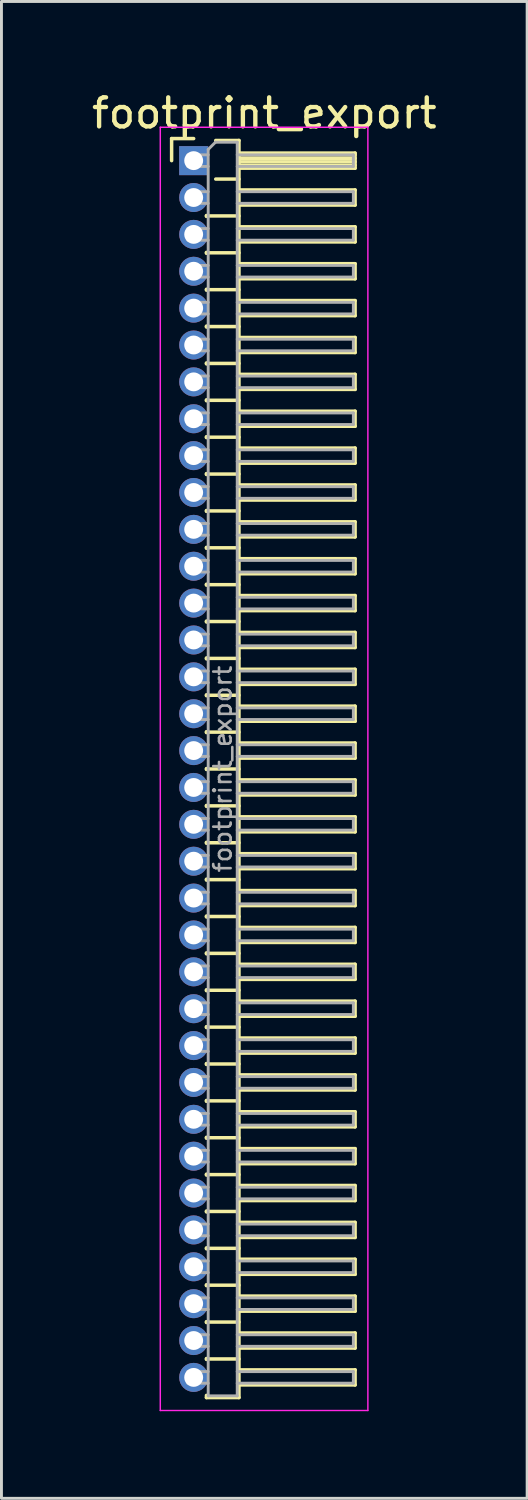
<source format=kicad_pcb>
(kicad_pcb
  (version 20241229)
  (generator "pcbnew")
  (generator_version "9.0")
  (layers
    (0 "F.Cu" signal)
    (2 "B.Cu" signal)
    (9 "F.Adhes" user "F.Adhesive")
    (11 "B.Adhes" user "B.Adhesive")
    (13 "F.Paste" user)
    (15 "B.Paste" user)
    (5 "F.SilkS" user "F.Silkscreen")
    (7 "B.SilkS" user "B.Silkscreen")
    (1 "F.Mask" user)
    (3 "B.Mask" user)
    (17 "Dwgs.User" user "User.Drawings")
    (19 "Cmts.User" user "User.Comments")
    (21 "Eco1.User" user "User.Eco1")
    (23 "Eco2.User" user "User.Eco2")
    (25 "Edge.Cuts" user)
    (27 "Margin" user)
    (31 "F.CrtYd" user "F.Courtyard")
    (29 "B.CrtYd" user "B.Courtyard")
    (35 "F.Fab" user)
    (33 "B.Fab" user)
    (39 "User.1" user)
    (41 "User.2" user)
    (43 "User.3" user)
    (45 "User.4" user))
  (footprint "footprint_export"
    (layer "F.Cu")
    (at 3.621 2.483)
    (property "Reference" "footprint_export" (at 2.433 -1.635 0) (layer "F.SilkS") (effects (font (size 1 1) (thickness 0.15))))
    (attr through_hole)
    (fp_line (start -0.76 -0.76) (end 0 -0.76) (stroke (width 0.12) (type solid)) (layer "F.SilkS"))
    (fp_line (start -0.76 0) (end -0.76 -0.76) (stroke (width 0.12) (type solid)) (layer "F.SilkS"))
    (fp_line (start 0.44 1.89) (end 0.44 1.92) (stroke (width 0.12) (type solid)) (layer "F.SilkS"))
    (fp_line (start 0.44 1.905) (end 1.56 1.905) (stroke (width 0.12) (type solid)) (layer "F.SilkS"))
    (fp_line (start 0.44 3.16) (end 0.44 3.19) (stroke (width 0.12) (type solid)) (layer "F.SilkS"))
    (fp_line (start 0.44 3.175) (end 1.56 3.175) (stroke (width 0.12) (type solid)) (layer "F.SilkS"))
    (fp_line (start 0.44 4.43) (end 0.44 4.46) (stroke (width 0.12) (type solid)) (layer "F.SilkS"))
    (fp_line (start 0.44 4.445) (end 1.56 4.445) (stroke (width 0.12) (type solid)) (layer "F.SilkS"))
    (fp_line (start 0.44 5.7) (end 0.44 5.73) (stroke (width 0.12) (type solid)) (layer "F.SilkS"))
    (fp_line (start 0.44 5.715) (end 1.56 5.715) (stroke (width 0.12) (type solid)) (layer "F.SilkS"))
    (fp_line (start 0.44 6.97) (end 0.44 7) (stroke (width 0.12) (type solid)) (layer "F.SilkS"))
    (fp_line (start 0.44 6.985) (end 1.56 6.985) (stroke (width 0.12) (type solid)) (layer "F.SilkS"))
    (fp_line (start 0.44 8.24) (end 0.44 8.27) (stroke (width 0.12) (type solid)) (layer "F.SilkS"))
    (fp_line (start 0.44 8.255) (end 1.56 8.255) (stroke (width 0.12) (type solid)) (layer "F.SilkS"))
    (fp_line (start 0.44 9.51) (end 0.44 9.54) (stroke (width 0.12) (type solid)) (layer "F.SilkS"))
    (fp_line (start 0.44 9.525) (end 1.56 9.525) (stroke (width 0.12) (type solid)) (layer "F.SilkS"))
    (fp_line (start 0.44 10.78) (end 0.44 10.81) (stroke (width 0.12) (type solid)) (layer "F.SilkS"))
    (fp_line (start 0.44 10.795) (end 1.56 10.795) (stroke (width 0.12) (type solid)) (layer "F.SilkS"))
    (fp_line (start 0.44 12.05) (end 0.44 12.08) (stroke (width 0.12) (type solid)) (layer "F.SilkS"))
    (fp_line (start 0.44 12.065) (end 1.56 12.065) (stroke (width 0.12) (type solid)) (layer "F.SilkS"))
    (fp_line (start 0.44 13.32) (end 0.44 13.35) (stroke (width 0.12) (type solid)) (layer "F.SilkS"))
    (fp_line (start 0.44 13.335) (end 1.56 13.335) (stroke (width 0.12) (type solid)) (layer "F.SilkS"))
    (fp_line (start 0.44 14.59) (end 0.44 14.62) (stroke (width 0.12) (type solid)) (layer "F.SilkS"))
    (fp_line (start 0.44 14.605) (end 1.56 14.605) (stroke (width 0.12) (type solid)) (layer "F.SilkS"))
    (fp_line (start 0.44 15.86) (end 0.44 15.89) (stroke (width 0.12) (type solid)) (layer "F.SilkS"))
    (fp_line (start 0.44 15.875) (end 1.56 15.875) (stroke (width 0.12) (type solid)) (layer "F.SilkS"))
    (fp_line (start 0.44 17.13) (end 0.44 17.16) (stroke (width 0.12) (type solid)) (layer "F.SilkS"))
    (fp_line (start 0.44 17.145) (end 1.56 17.145) (stroke (width 0.12) (type solid)) (layer "F.SilkS"))
    (fp_line (start 0.44 18.4) (end 0.44 18.43) (stroke (width 0.12) (type solid)) (layer "F.SilkS"))
    (fp_line (start 0.44 18.415) (end 1.56 18.415) (stroke (width 0.12) (type solid)) (layer "F.SilkS"))
    (fp_line (start 0.44 19.67) (end 0.44 19.7) (stroke (width 0.12) (type solid)) (layer "F.SilkS"))
    (fp_line (start 0.44 19.685) (end 1.56 19.685) (stroke (width 0.12) (type solid)) (layer "F.SilkS"))
    (fp_line (start 0.44 20.94) (end 0.44 20.97) (stroke (width 0.12) (type solid)) (layer "F.SilkS"))
    (fp_line (start 0.44 20.955) (end 1.56 20.955) (stroke (width 0.12) (type solid)) (layer "F.SilkS"))
    (fp_line (start 0.44 22.21) (end 0.44 22.24) (stroke (width 0.12) (type solid)) (layer "F.SilkS"))
    (fp_line (start 0.44 22.225) (end 1.56 22.225) (stroke (width 0.12) (type solid)) (layer "F.SilkS"))
    (fp_line (start 0.44 23.48) (end 0.44 23.51) (stroke (width 0.12) (type solid)) (layer "F.SilkS"))
    (fp_line (start 0.44 23.495) (end 1.56 23.495) (stroke (width 0.12) (type solid)) (layer "F.SilkS"))
    (fp_line (start 0.44 24.75) (end 0.44 24.78) (stroke (width 0.12) (type solid)) (layer "F.SilkS"))
    (fp_line (start 0.44 24.765) (end 1.56 24.765) (stroke (width 0.12) (type solid)) (layer "F.SilkS"))
    (fp_line (start 0.44 26.02) (end 0.44 26.05) (stroke (width 0.12) (type solid)) (layer "F.SilkS"))
    (fp_line (start 0.44 26.035) (end 1.56 26.035) (stroke (width 0.12) (type solid)) (layer "F.SilkS"))
    (fp_line (start 0.44 27.29) (end 0.44 27.32) (stroke (width 0.12) (type solid)) (layer "F.SilkS"))
    (fp_line (start 0.44 27.305) (end 1.56 27.305) (stroke (width 0.12) (type solid)) (layer "F.SilkS"))
    (fp_line (start 0.44 28.56) (end 0.44 28.59) (stroke (width 0.12) (type solid)) (layer "F.SilkS"))
    (fp_line (start 0.44 28.575) (end 1.56 28.575) (stroke (width 0.12) (type solid)) (layer "F.SilkS"))
    (fp_line (start 0.44 29.83) (end 0.44 29.86) (stroke (width 0.12) (type solid)) (layer "F.SilkS"))
    (fp_line (start 0.44 29.845) (end 1.56 29.845) (stroke (width 0.12) (type solid)) (layer "F.SilkS"))
    (fp_line (start 0.44 31.1) (end 0.44 31.13) (stroke (width 0.12) (type solid)) (layer "F.SilkS"))
    (fp_line (start 0.44 31.115) (end 1.56 31.115) (stroke (width 0.12) (type solid)) (layer "F.SilkS"))
    (fp_line (start 0.44 32.37) (end 0.44 32.4) (stroke (width 0.12) (type solid)) (layer "F.SilkS"))
    (fp_line (start 0.44 32.385) (end 1.56 32.385) (stroke (width 0.12) (type solid)) (layer "F.SilkS"))
    (fp_line (start 0.44 33.64) (end 0.44 33.67) (stroke (width 0.12) (type solid)) (layer "F.SilkS"))
    (fp_line (start 0.44 33.655) (end 1.56 33.655) (stroke (width 0.12) (type solid)) (layer "F.SilkS"))
    (fp_line (start 0.44 34.91) (end 0.44 34.94) (stroke (width 0.12) (type solid)) (layer "F.SilkS"))
    (fp_line (start 0.44 34.925) (end 1.56 34.925) (stroke (width 0.12) (type solid)) (layer "F.SilkS"))
    (fp_line (start 0.44 36.18) (end 0.44 36.21) (stroke (width 0.12) (type solid)) (layer "F.SilkS"))
    (fp_line (start 0.44 36.195) (end 1.56 36.195) (stroke (width 0.12) (type solid)) (layer "F.SilkS"))
    (fp_line (start 0.44 37.45) (end 0.44 37.48) (stroke (width 0.12) (type solid)) (layer "F.SilkS"))
    (fp_line (start 0.44 37.465) (end 1.56 37.465) (stroke (width 0.12) (type solid)) (layer "F.SilkS"))
    (fp_line (start 0.44 38.72) (end 0.44 38.75) (stroke (width 0.12) (type solid)) (layer "F.SilkS"))
    (fp_line (start 0.44 38.735) (end 1.56 38.735) (stroke (width 0.12) (type solid)) (layer "F.SilkS"))
    (fp_line (start 0.44 39.99) (end 0.44 40.02) (stroke (width 0.12) (type solid)) (layer "F.SilkS"))
    (fp_line (start 0.44 40.005) (end 1.56 40.005) (stroke (width 0.12) (type solid)) (layer "F.SilkS"))
    (fp_line (start 0.44 41.26) (end 0.44 41.29) (stroke (width 0.12) (type solid)) (layer "F.SilkS"))
    (fp_line (start 0.44 41.275) (end 1.56 41.275) (stroke (width 0.12) (type solid)) (layer "F.SilkS"))
    (fp_line (start 0.44 42.605) (end 0.44 42.53) (stroke (width 0.12) (type solid)) (layer "F.SilkS"))
    (fp_line (start 0.76 -0.695) (end 1.56 -0.695) (stroke (width 0.12) (type solid)) (layer "F.SilkS"))
    (fp_line (start 0.76 0.635) (end 1.56 0.635) (stroke (width 0.12) (type solid)) (layer "F.SilkS"))
    (fp_line (start 1.56 -0.695) (end 1.56 42.605) (stroke (width 0.12) (type solid)) (layer "F.SilkS"))
    (fp_line (start 1.56 -0.26) (end 5.56 -0.26) (stroke (width 0.12) (type solid)) (layer "F.SilkS"))
    (fp_line (start 1.56 -0.2) (end 5.56 -0.2) (stroke (width 0.12) (type solid)) (layer "F.SilkS"))
    (fp_line (start 1.56 -0.08) (end 5.56 -0.08) (stroke (width 0.12) (type solid)) (layer "F.SilkS"))
    (fp_line (start 1.56 0.04) (end 5.56 0.04) (stroke (width 0.12) (type solid)) (layer "F.SilkS"))
    (fp_line (start 1.56 0.16) (end 5.56 0.16) (stroke (width 0.12) (type solid)) (layer "F.SilkS"))
    (fp_line (start 1.56 1.01) (end 5.56 1.01) (stroke (width 0.12) (type solid)) (layer "F.SilkS"))
    (fp_line (start 1.56 2.28) (end 5.56 2.28) (stroke (width 0.12) (type solid)) (layer "F.SilkS"))
    (fp_line (start 1.56 3.55) (end 5.56 3.55) (stroke (width 0.12) (type solid)) (layer "F.SilkS"))
    (fp_line (start 1.56 4.82) (end 5.56 4.82) (stroke (width 0.12) (type solid)) (layer "F.SilkS"))
    (fp_line (start 1.56 6.09) (end 5.56 6.09) (stroke (width 0.12) (type solid)) (layer "F.SilkS"))
    (fp_line (start 1.56 7.36) (end 5.56 7.36) (stroke (width 0.12) (type solid)) (layer "F.SilkS"))
    (fp_line (start 1.56 8.63) (end 5.56 8.63) (stroke (width 0.12) (type solid)) (layer "F.SilkS"))
    (fp_line (start 1.56 9.9) (end 5.56 9.9) (stroke (width 0.12) (type solid)) (layer "F.SilkS"))
    (fp_line (start 1.56 11.17) (end 5.56 11.17) (stroke (width 0.12) (type solid)) (layer "F.SilkS"))
    (fp_line (start 1.56 12.44) (end 5.56 12.44) (stroke (width 0.12) (type solid)) (layer "F.SilkS"))
    (fp_line (start 1.56 13.71) (end 5.56 13.71) (stroke (width 0.12) (type solid)) (layer "F.SilkS"))
    (fp_line (start 1.56 14.98) (end 5.56 14.98) (stroke (width 0.12) (type solid)) (layer "F.SilkS"))
    (fp_line (start 1.56 16.25) (end 5.56 16.25) (stroke (width 0.12) (type solid)) (layer "F.SilkS"))
    (fp_line (start 1.56 17.52) (end 5.56 17.52) (stroke (width 0.12) (type solid)) (layer "F.SilkS"))
    (fp_line (start 1.56 18.79) (end 5.56 18.79) (stroke (width 0.12) (type solid)) (layer "F.SilkS"))
    (fp_line (start 1.56 20.06) (end 5.56 20.06) (stroke (width 0.12) (type solid)) (layer "F.SilkS"))
    (fp_line (start 1.56 21.33) (end 5.56 21.33) (stroke (width 0.12) (type solid)) (layer "F.SilkS"))
    (fp_line (start 1.56 22.6) (end 5.56 22.6) (stroke (width 0.12) (type solid)) (layer "F.SilkS"))
    (fp_line (start 1.56 23.87) (end 5.56 23.87) (stroke (width 0.12) (type solid)) (layer "F.SilkS"))
    (fp_line (start 1.56 25.14) (end 5.56 25.14) (stroke (width 0.12) (type solid)) (layer "F.SilkS"))
    (fp_line (start 1.56 26.41) (end 5.56 26.41) (stroke (width 0.12) (type solid)) (layer "F.SilkS"))
    (fp_line (start 1.56 27.68) (end 5.56 27.68) (stroke (width 0.12) (type solid)) (layer "F.SilkS"))
    (fp_line (start 1.56 28.95) (end 5.56 28.95) (stroke (width 0.12) (type solid)) (layer "F.SilkS"))
    (fp_line (start 1.56 30.22) (end 5.56 30.22) (stroke (width 0.12) (type solid)) (layer "F.SilkS"))
    (fp_line (start 1.56 31.49) (end 5.56 31.49) (stroke (width 0.12) (type solid)) (layer "F.SilkS"))
    (fp_line (start 1.56 32.76) (end 5.56 32.76) (stroke (width 0.12) (type solid)) (layer "F.SilkS"))
    (fp_line (start 1.56 34.03) (end 5.56 34.03) (stroke (width 0.12) (type solid)) (layer "F.SilkS"))
    (fp_line (start 1.56 35.3) (end 5.56 35.3) (stroke (width 0.12) (type solid)) (layer "F.SilkS"))
    (fp_line (start 1.56 36.57) (end 5.56 36.57) (stroke (width 0.12) (type solid)) (layer "F.SilkS"))
    (fp_line (start 1.56 37.84) (end 5.56 37.84) (stroke (width 0.12) (type solid)) (layer "F.SilkS"))
    (fp_line (start 1.56 39.11) (end 5.56 39.11) (stroke (width 0.12) (type solid)) (layer "F.SilkS"))
    (fp_line (start 1.56 40.38) (end 5.56 40.38) (stroke (width 0.12) (type solid)) (layer "F.SilkS"))
    (fp_line (start 1.56 41.65) (end 5.56 41.65) (stroke (width 0.12) (type solid)) (layer "F.SilkS"))
    (fp_line (start 1.56 42.605) (end 0.44 42.605) (stroke (width 0.12) (type solid)) (layer "F.SilkS"))
    (fp_line (start 5.56 -0.26) (end 5.56 0.26) (stroke (width 0.12) (type solid)) (layer "F.SilkS"))
    (fp_line (start 5.56 0.26) (end 1.56 0.26) (stroke (width 0.12) (type solid)) (layer "F.SilkS"))
    (fp_line (start 5.56 1.01) (end 5.56 1.53) (stroke (width 0.12) (type solid)) (layer "F.SilkS"))
    (fp_line (start 5.56 1.53) (end 1.56 1.53) (stroke (width 0.12) (type solid)) (layer "F.SilkS"))
    (fp_line (start 5.56 2.28) (end 5.56 2.8) (stroke (width 0.12) (type solid)) (layer "F.SilkS"))
    (fp_line (start 5.56 2.8) (end 1.56 2.8) (stroke (width 0.12) (type solid)) (layer "F.SilkS"))
    (fp_line (start 5.56 3.55) (end 5.56 4.07) (stroke (width 0.12) (type solid)) (layer "F.SilkS"))
    (fp_line (start 5.56 4.07) (end 1.56 4.07) (stroke (width 0.12) (type solid)) (layer "F.SilkS"))
    (fp_line (start 5.56 4.82) (end 5.56 5.34) (stroke (width 0.12) (type solid)) (layer "F.SilkS"))
    (fp_line (start 5.56 5.34) (end 1.56 5.34) (stroke (width 0.12) (type solid)) (layer "F.SilkS"))
    (fp_line (start 5.56 6.09) (end 5.56 6.61) (stroke (width 0.12) (type solid)) (layer "F.SilkS"))
    (fp_line (start 5.56 6.61) (end 1.56 6.61) (stroke (width 0.12) (type solid)) (layer "F.SilkS"))
    (fp_line (start 5.56 7.36) (end 5.56 7.88) (stroke (width 0.12) (type solid)) (layer "F.SilkS"))
    (fp_line (start 5.56 7.88) (end 1.56 7.88) (stroke (width 0.12) (type solid)) (layer "F.SilkS"))
    (fp_line (start 5.56 8.63) (end 5.56 9.15) (stroke (width 0.12) (type solid)) (layer "F.SilkS"))
    (fp_line (start 5.56 9.15) (end 1.56 9.15) (stroke (width 0.12) (type solid)) (layer "F.SilkS"))
    (fp_line (start 5.56 9.9) (end 5.56 10.42) (stroke (width 0.12) (type solid)) (layer "F.SilkS"))
    (fp_line (start 5.56 10.42) (end 1.56 10.42) (stroke (width 0.12) (type solid)) (layer "F.SilkS"))
    (fp_line (start 5.56 11.17) (end 5.56 11.69) (stroke (width 0.12) (type solid)) (layer "F.SilkS"))
    (fp_line (start 5.56 11.69) (end 1.56 11.69) (stroke (width 0.12) (type solid)) (layer "F.SilkS"))
    (fp_line (start 5.56 12.44) (end 5.56 12.96) (stroke (width 0.12) (type solid)) (layer "F.SilkS"))
    (fp_line (start 5.56 12.96) (end 1.56 12.96) (stroke (width 0.12) (type solid)) (layer "F.SilkS"))
    (fp_line (start 5.56 13.71) (end 5.56 14.23) (stroke (width 0.12) (type solid)) (layer "F.SilkS"))
    (fp_line (start 5.56 14.23) (end 1.56 14.23) (stroke (width 0.12) (type solid)) (layer "F.SilkS"))
    (fp_line (start 5.56 14.98) (end 5.56 15.5) (stroke (width 0.12) (type solid)) (layer "F.SilkS"))
    (fp_line (start 5.56 15.5) (end 1.56 15.5) (stroke (width 0.12) (type solid)) (layer "F.SilkS"))
    (fp_line (start 5.56 16.25) (end 5.56 16.77) (stroke (width 0.12) (type solid)) (layer "F.SilkS"))
    (fp_line (start 5.56 16.77) (end 1.56 16.77) (stroke (width 0.12) (type solid)) (layer "F.SilkS"))
    (fp_line (start 5.56 17.52) (end 5.56 18.04) (stroke (width 0.12) (type solid)) (layer "F.SilkS"))
    (fp_line (start 5.56 18.04) (end 1.56 18.04) (stroke (width 0.12) (type solid)) (layer "F.SilkS"))
    (fp_line (start 5.56 18.79) (end 5.56 19.31) (stroke (width 0.12) (type solid)) (layer "F.SilkS"))
    (fp_line (start 5.56 19.31) (end 1.56 19.31) (stroke (width 0.12) (type solid)) (layer "F.SilkS"))
    (fp_line (start 5.56 20.06) (end 5.56 20.58) (stroke (width 0.12) (type solid)) (layer "F.SilkS"))
    (fp_line (start 5.56 20.58) (end 1.56 20.58) (stroke (width 0.12) (type solid)) (layer "F.SilkS"))
    (fp_line (start 5.56 21.33) (end 5.56 21.85) (stroke (width 0.12) (type solid)) (layer "F.SilkS"))
    (fp_line (start 5.56 21.85) (end 1.56 21.85) (stroke (width 0.12) (type solid)) (layer "F.SilkS"))
    (fp_line (start 5.56 22.6) (end 5.56 23.12) (stroke (width 0.12) (type solid)) (layer "F.SilkS"))
    (fp_line (start 5.56 23.12) (end 1.56 23.12) (stroke (width 0.12) (type solid)) (layer "F.SilkS"))
    (fp_line (start 5.56 23.87) (end 5.56 24.39) (stroke (width 0.12) (type solid)) (layer "F.SilkS"))
    (fp_line (start 5.56 24.39) (end 1.56 24.39) (stroke (width 0.12) (type solid)) (layer "F.SilkS"))
    (fp_line (start 5.56 25.14) (end 5.56 25.66) (stroke (width 0.12) (type solid)) (layer "F.SilkS"))
    (fp_line (start 5.56 25.66) (end 1.56 25.66) (stroke (width 0.12) (type solid)) (layer "F.SilkS"))
    (fp_line (start 5.56 26.41) (end 5.56 26.93) (stroke (width 0.12) (type solid)) (layer "F.SilkS"))
    (fp_line (start 5.56 26.93) (end 1.56 26.93) (stroke (width 0.12) (type solid)) (layer "F.SilkS"))
    (fp_line (start 5.56 27.68) (end 5.56 28.2) (stroke (width 0.12) (type solid)) (layer "F.SilkS"))
    (fp_line (start 5.56 28.2) (end 1.56 28.2) (stroke (width 0.12) (type solid)) (layer "F.SilkS"))
    (fp_line (start 5.56 28.95) (end 5.56 29.47) (stroke (width 0.12) (type solid)) (layer "F.SilkS"))
    (fp_line (start 5.56 29.47) (end 1.56 29.47) (stroke (width 0.12) (type solid)) (layer "F.SilkS"))
    (fp_line (start 5.56 30.22) (end 5.56 30.74) (stroke (width 0.12) (type solid)) (layer "F.SilkS"))
    (fp_line (start 5.56 30.74) (end 1.56 30.74) (stroke (width 0.12) (type solid)) (layer "F.SilkS"))
    (fp_line (start 5.56 31.49) (end 5.56 32.01) (stroke (width 0.12) (type solid)) (layer "F.SilkS"))
    (fp_line (start 5.56 32.01) (end 1.56 32.01) (stroke (width 0.12) (type solid)) (layer "F.SilkS"))
    (fp_line (start 5.56 32.76) (end 5.56 33.28) (stroke (width 0.12) (type solid)) (layer "F.SilkS"))
    (fp_line (start 5.56 33.28) (end 1.56 33.28) (stroke (width 0.12) (type solid)) (layer "F.SilkS"))
    (fp_line (start 5.56 34.03) (end 5.56 34.55) (stroke (width 0.12) (type solid)) (layer "F.SilkS"))
    (fp_line (start 5.56 34.55) (end 1.56 34.55) (stroke (width 0.12) (type solid)) (layer "F.SilkS"))
    (fp_line (start 5.56 35.3) (end 5.56 35.82) (stroke (width 0.12) (type solid)) (layer "F.SilkS"))
    (fp_line (start 5.56 35.82) (end 1.56 35.82) (stroke (width 0.12) (type solid)) (layer "F.SilkS"))
    (fp_line (start 5.56 36.57) (end 5.56 37.09) (stroke (width 0.12) (type solid)) (layer "F.SilkS"))
    (fp_line (start 5.56 37.09) (end 1.56 37.09) (stroke (width 0.12) (type solid)) (layer "F.SilkS"))
    (fp_line (start 5.56 37.84) (end 5.56 38.36) (stroke (width 0.12) (type solid)) (layer "F.SilkS"))
    (fp_line (start 5.56 38.36) (end 1.56 38.36) (stroke (width 0.12) (type solid)) (layer "F.SilkS"))
    (fp_line (start 5.56 39.11) (end 5.56 39.63) (stroke (width 0.12) (type solid)) (layer "F.SilkS"))
    (fp_line (start 5.56 39.63) (end 1.56 39.63) (stroke (width 0.12) (type solid)) (layer "F.SilkS"))
    (fp_line (start 5.56 40.38) (end 5.56 40.9) (stroke (width 0.12) (type solid)) (layer "F.SilkS"))
    (fp_line (start 5.56 40.9) (end 1.56 40.9) (stroke (width 0.12) (type solid)) (layer "F.SilkS"))
    (fp_line (start 5.56 41.65) (end 5.56 42.17) (stroke (width 0.12) (type solid)) (layer "F.SilkS"))
    (fp_line (start 5.56 42.17) (end 1.56 42.17) (stroke (width 0.12) (type solid)) (layer "F.SilkS"))
    (fp_line (start -1.15 -1.15) (end -1.15 43.05) (stroke (width 0.05) (type solid)) (layer "F.CrtYd"))
    (fp_line (start -1.15 43.05) (end 6 43.05) (stroke (width 0.05) (type solid)) (layer "F.CrtYd"))
    (fp_line (start 6 -1.15) (end -1.15 -1.15) (stroke (width 0.05) (type solid)) (layer "F.CrtYd"))
    (fp_line (start 6 43.05) (end 6 -1.15) (stroke (width 0.05) (type solid)) (layer "F.CrtYd"))
    (fp_line (start -0.2 -0.2) (end -0.2 0.2) (stroke (width 0.1) (type solid)) (layer "F.Fab"))
    (fp_line (start -0.2 -0.2) (end 0.5 -0.2) (stroke (width 0.1) (type solid)) (layer "F.Fab"))
    (fp_line (start -0.2 0.2) (end 0.5 0.2) (stroke (width 0.1) (type solid)) (layer "F.Fab"))
    (fp_line (start -0.2 1.07) (end -0.2 1.47) (stroke (width 0.1) (type solid)) (layer "F.Fab"))
    (fp_line (start -0.2 1.07) (end 0.5 1.07) (stroke (width 0.1) (type solid)) (layer "F.Fab"))
    (fp_line (start -0.2 1.47) (end 0.5 1.47) (stroke (width 0.1) (type solid)) (layer "F.Fab"))
    (fp_line (start -0.2 2.34) (end -0.2 2.74) (stroke (width 0.1) (type solid)) (layer "F.Fab"))
    (fp_line (start -0.2 2.34) (end 0.5 2.34) (stroke (width 0.1) (type solid)) (layer "F.Fab"))
    (fp_line (start -0.2 2.74) (end 0.5 2.74) (stroke (width 0.1) (type solid)) (layer "F.Fab"))
    (fp_line (start -0.2 3.61) (end -0.2 4.01) (stroke (width 0.1) (type solid)) (layer "F.Fab"))
    (fp_line (start -0.2 3.61) (end 0.5 3.61) (stroke (width 0.1) (type solid)) (layer "F.Fab"))
    (fp_line (start -0.2 4.01) (end 0.5 4.01) (stroke (width 0.1) (type solid)) (layer "F.Fab"))
    (fp_line (start -0.2 4.88) (end -0.2 5.28) (stroke (width 0.1) (type solid)) (layer "F.Fab"))
    (fp_line (start -0.2 4.88) (end 0.5 4.88) (stroke (width 0.1) (type solid)) (layer "F.Fab"))
    (fp_line (start -0.2 5.28) (end 0.5 5.28) (stroke (width 0.1) (type solid)) (layer "F.Fab"))
    (fp_line (start -0.2 6.15) (end -0.2 6.55) (stroke (width 0.1) (type solid)) (layer "F.Fab"))
    (fp_line (start -0.2 6.15) (end 0.5 6.15) (stroke (width 0.1) (type solid)) (layer "F.Fab"))
    (fp_line (start -0.2 6.55) (end 0.5 6.55) (stroke (width 0.1) (type solid)) (layer "F.Fab"))
    (fp_line (start -0.2 7.42) (end -0.2 7.82) (stroke (width 0.1) (type solid)) (layer "F.Fab"))
    (fp_line (start -0.2 7.42) (end 0.5 7.42) (stroke (width 0.1) (type solid)) (layer "F.Fab"))
    (fp_line (start -0.2 7.82) (end 0.5 7.82) (stroke (width 0.1) (type solid)) (layer "F.Fab"))
    (fp_line (start -0.2 8.69) (end -0.2 9.09) (stroke (width 0.1) (type solid)) (layer "F.Fab"))
    (fp_line (start -0.2 8.69) (end 0.5 8.69) (stroke (width 0.1) (type solid)) (layer "F.Fab"))
    (fp_line (start -0.2 9.09) (end 0.5 9.09) (stroke (width 0.1) (type solid)) (layer "F.Fab"))
    (fp_line (start -0.2 9.96) (end -0.2 10.36) (stroke (width 0.1) (type solid)) (layer "F.Fab"))
    (fp_line (start -0.2 9.96) (end 0.5 9.96) (stroke (width 0.1) (type solid)) (layer "F.Fab"))
    (fp_line (start -0.2 10.36) (end 0.5 10.36) (stroke (width 0.1) (type solid)) (layer "F.Fab"))
    (fp_line (start -0.2 11.23) (end -0.2 11.63) (stroke (width 0.1) (type solid)) (layer "F.Fab"))
    (fp_line (start -0.2 11.23) (end 0.5 11.23) (stroke (width 0.1) (type solid)) (layer "F.Fab"))
    (fp_line (start -0.2 11.63) (end 0.5 11.63) (stroke (width 0.1) (type solid)) (layer "F.Fab"))
    (fp_line (start -0.2 12.5) (end -0.2 12.9) (stroke (width 0.1) (type solid)) (layer "F.Fab"))
    (fp_line (start -0.2 12.5) (end 0.5 12.5) (stroke (width 0.1) (type solid)) (layer "F.Fab"))
    (fp_line (start -0.2 12.9) (end 0.5 12.9) (stroke (width 0.1) (type solid)) (layer "F.Fab"))
    (fp_line (start -0.2 13.77) (end -0.2 14.17) (stroke (width 0.1) (type solid)) (layer "F.Fab"))
    (fp_line (start -0.2 13.77) (end 0.5 13.77) (stroke (width 0.1) (type solid)) (layer "F.Fab"))
    (fp_line (start -0.2 14.17) (end 0.5 14.17) (stroke (width 0.1) (type solid)) (layer "F.Fab"))
    (fp_line (start -0.2 15.04) (end -0.2 15.44) (stroke (width 0.1) (type solid)) (layer "F.Fab"))
    (fp_line (start -0.2 15.04) (end 0.5 15.04) (stroke (width 0.1) (type solid)) (layer "F.Fab"))
    (fp_line (start -0.2 15.44) (end 0.5 15.44) (stroke (width 0.1) (type solid)) (layer "F.Fab"))
    (fp_line (start -0.2 16.31) (end -0.2 16.71) (stroke (width 0.1) (type solid)) (layer "F.Fab"))
    (fp_line (start -0.2 16.31) (end 0.5 16.31) (stroke (width 0.1) (type solid)) (layer "F.Fab"))
    (fp_line (start -0.2 16.71) (end 0.5 16.71) (stroke (width 0.1) (type solid)) (layer "F.Fab"))
    (fp_line (start -0.2 17.58) (end -0.2 17.98) (stroke (width 0.1) (type solid)) (layer "F.Fab"))
    (fp_line (start -0.2 17.58) (end 0.5 17.58) (stroke (width 0.1) (type solid)) (layer "F.Fab"))
    (fp_line (start -0.2 17.98) (end 0.5 17.98) (stroke (width 0.1) (type solid)) (layer "F.Fab"))
    (fp_line (start -0.2 18.85) (end -0.2 19.25) (stroke (width 0.1) (type solid)) (layer "F.Fab"))
    (fp_line (start -0.2 18.85) (end 0.5 18.85) (stroke (width 0.1) (type solid)) (layer "F.Fab"))
    (fp_line (start -0.2 19.25) (end 0.5 19.25) (stroke (width 0.1) (type solid)) (layer "F.Fab"))
    (fp_line (start -0.2 20.12) (end -0.2 20.52) (stroke (width 0.1) (type solid)) (layer "F.Fab"))
    (fp_line (start -0.2 20.12) (end 0.5 20.12) (stroke (width 0.1) (type solid)) (layer "F.Fab"))
    (fp_line (start -0.2 20.52) (end 0.5 20.52) (stroke (width 0.1) (type solid)) (layer "F.Fab"))
    (fp_line (start -0.2 21.39) (end -0.2 21.79) (stroke (width 0.1) (type solid)) (layer "F.Fab"))
    (fp_line (start -0.2 21.39) (end 0.5 21.39) (stroke (width 0.1) (type solid)) (layer "F.Fab"))
    (fp_line (start -0.2 21.79) (end 0.5 21.79) (stroke (width 0.1) (type solid)) (layer "F.Fab"))
    (fp_line (start -0.2 22.66) (end -0.2 23.06) (stroke (width 0.1) (type solid)) (layer "F.Fab"))
    (fp_line (start -0.2 22.66) (end 0.5 22.66) (stroke (width 0.1) (type solid)) (layer "F.Fab"))
    (fp_line (start -0.2 23.06) (end 0.5 23.06) (stroke (width 0.1) (type solid)) (layer "F.Fab"))
    (fp_line (start -0.2 23.93) (end -0.2 24.33) (stroke (width 0.1) (type solid)) (layer "F.Fab"))
    (fp_line (start -0.2 23.93) (end 0.5 23.93) (stroke (width 0.1) (type solid)) (layer "F.Fab"))
    (fp_line (start -0.2 24.33) (end 0.5 24.33) (stroke (width 0.1) (type solid)) (layer "F.Fab"))
    (fp_line (start -0.2 25.2) (end -0.2 25.6) (stroke (width 0.1) (type solid)) (layer "F.Fab"))
    (fp_line (start -0.2 25.2) (end 0.5 25.2) (stroke (width 0.1) (type solid)) (layer "F.Fab"))
    (fp_line (start -0.2 25.6) (end 0.5 25.6) (stroke (width 0.1) (type solid)) (layer "F.Fab"))
    (fp_line (start -0.2 26.47) (end -0.2 26.87) (stroke (width 0.1) (type solid)) (layer "F.Fab"))
    (fp_line (start -0.2 26.47) (end 0.5 26.47) (stroke (width 0.1) (type solid)) (layer "F.Fab"))
    (fp_line (start -0.2 26.87) (end 0.5 26.87) (stroke (width 0.1) (type solid)) (layer "F.Fab"))
    (fp_line (start -0.2 27.74) (end -0.2 28.14) (stroke (width 0.1) (type solid)) (layer "F.Fab"))
    (fp_line (start -0.2 27.74) (end 0.5 27.74) (stroke (width 0.1) (type solid)) (layer "F.Fab"))
    (fp_line (start -0.2 28.14) (end 0.5 28.14) (stroke (width 0.1) (type solid)) (layer "F.Fab"))
    (fp_line (start -0.2 29.01) (end -0.2 29.41) (stroke (width 0.1) (type solid)) (layer "F.Fab"))
    (fp_line (start -0.2 29.01) (end 0.5 29.01) (stroke (width 0.1) (type solid)) (layer "F.Fab"))
    (fp_line (start -0.2 29.41) (end 0.5 29.41) (stroke (width 0.1) (type solid)) (layer "F.Fab"))
    (fp_line (start -0.2 30.28) (end -0.2 30.68) (stroke (width 0.1) (type solid)) (layer "F.Fab"))
    (fp_line (start -0.2 30.28) (end 0.5 30.28) (stroke (width 0.1) (type solid)) (layer "F.Fab"))
    (fp_line (start -0.2 30.68) (end 0.5 30.68) (stroke (width 0.1) (type solid)) (layer "F.Fab"))
    (fp_line (start -0.2 31.55) (end -0.2 31.95) (stroke (width 0.1) (type solid)) (layer "F.Fab"))
    (fp_line (start -0.2 31.55) (end 0.5 31.55) (stroke (width 0.1) (type solid)) (layer "F.Fab"))
    (fp_line (start -0.2 31.95) (end 0.5 31.95) (stroke (width 0.1) (type solid)) (layer "F.Fab"))
    (fp_line (start -0.2 32.82) (end -0.2 33.22) (stroke (width 0.1) (type solid)) (layer "F.Fab"))
    (fp_line (start -0.2 32.82) (end 0.5 32.82) (stroke (width 0.1) (type solid)) (layer "F.Fab"))
    (fp_line (start -0.2 33.22) (end 0.5 33.22) (stroke (width 0.1) (type solid)) (layer "F.Fab"))
    (fp_line (start -0.2 34.09) (end -0.2 34.49) (stroke (width 0.1) (type solid)) (layer "F.Fab"))
    (fp_line (start -0.2 34.09) (end 0.5 34.09) (stroke (width 0.1) (type solid)) (layer "F.Fab"))
    (fp_line (start -0.2 34.49) (end 0.5 34.49) (stroke (width 0.1) (type solid)) (layer "F.Fab"))
    (fp_line (start -0.2 35.36) (end -0.2 35.76) (stroke (width 0.1) (type solid)) (layer "F.Fab"))
    (fp_line (start -0.2 35.36) (end 0.5 35.36) (stroke (width 0.1) (type solid)) (layer "F.Fab"))
    (fp_line (start -0.2 35.76) (end 0.5 35.76) (stroke (width 0.1) (type solid)) (layer "F.Fab"))
    (fp_line (start -0.2 36.63) (end -0.2 37.03) (stroke (width 0.1) (type solid)) (layer "F.Fab"))
    (fp_line (start -0.2 36.63) (end 0.5 36.63) (stroke (width 0.1) (type solid)) (layer "F.Fab"))
    (fp_line (start -0.2 37.03) (end 0.5 37.03) (stroke (width 0.1) (type solid)) (layer "F.Fab"))
    (fp_line (start -0.2 37.9) (end -0.2 38.3) (stroke (width 0.1) (type solid)) (layer "F.Fab"))
    (fp_line (start -0.2 37.9) (end 0.5 37.9) (stroke (width 0.1) (type solid)) (layer "F.Fab"))
    (fp_line (start -0.2 38.3) (end 0.5 38.3) (stroke (width 0.1) (type solid)) (layer "F.Fab"))
    (fp_line (start -0.2 39.17) (end -0.2 39.57) (stroke (width 0.1) (type solid)) (layer "F.Fab"))
    (fp_line (start -0.2 39.17) (end 0.5 39.17) (stroke (width 0.1) (type solid)) (layer "F.Fab"))
    (fp_line (start -0.2 39.57) (end 0.5 39.57) (stroke (width 0.1) (type solid)) (layer "F.Fab"))
    (fp_line (start -0.2 40.44) (end -0.2 40.84) (stroke (width 0.1) (type solid)) (layer "F.Fab"))
    (fp_line (start -0.2 40.44) (end 0.5 40.44) (stroke (width 0.1) (type solid)) (layer "F.Fab"))
    (fp_line (start -0.2 40.84) (end 0.5 40.84) (stroke (width 0.1) (type solid)) (layer "F.Fab"))
    (fp_line (start -0.2 41.71) (end -0.2 42.11) (stroke (width 0.1) (type solid)) (layer "F.Fab"))
    (fp_line (start -0.2 41.71) (end 0.5 41.71) (stroke (width 0.1) (type solid)) (layer "F.Fab"))
    (fp_line (start -0.2 42.11) (end 0.5 42.11) (stroke (width 0.1) (type solid)) (layer "F.Fab"))
    (fp_line (start 0.5 -0.385) (end 0.75 -0.635) (stroke (width 0.1) (type solid)) (layer "F.Fab"))
    (fp_line (start 0.5 42.545) (end 0.5 -0.385) (stroke (width 0.1) (type solid)) (layer "F.Fab"))
    (fp_line (start 0.75 -0.635) (end 1.5 -0.635) (stroke (width 0.1) (type solid)) (layer "F.Fab"))
    (fp_line (start 1.5 -0.635) (end 1.5 42.545) (stroke (width 0.1) (type solid)) (layer "F.Fab"))
    (fp_line (start 1.5 -0.2) (end 5.5 -0.2) (stroke (width 0.1) (type solid)) (layer "F.Fab"))
    (fp_line (start 1.5 0.2) (end 5.5 0.2) (stroke (width 0.1) (type solid)) (layer "F.Fab"))
    (fp_line (start 1.5 1.07) (end 5.5 1.07) (stroke (width 0.1) (type solid)) (layer "F.Fab"))
    (fp_line (start 1.5 1.47) (end 5.5 1.47) (stroke (width 0.1) (type solid)) (layer "F.Fab"))
    (fp_line (start 1.5 2.34) (end 5.5 2.34) (stroke (width 0.1) (type solid)) (layer "F.Fab"))
    (fp_line (start 1.5 2.74) (end 5.5 2.74) (stroke (width 0.1) (type solid)) (layer "F.Fab"))
    (fp_line (start 1.5 3.61) (end 5.5 3.61) (stroke (width 0.1) (type solid)) (layer "F.Fab"))
    (fp_line (start 1.5 4.01) (end 5.5 4.01) (stroke (width 0.1) (type solid)) (layer "F.Fab"))
    (fp_line (start 1.5 4.88) (end 5.5 4.88) (stroke (width 0.1) (type solid)) (layer "F.Fab"))
    (fp_line (start 1.5 5.28) (end 5.5 5.28) (stroke (width 0.1) (type solid)) (layer "F.Fab"))
    (fp_line (start 1.5 6.15) (end 5.5 6.15) (stroke (width 0.1) (type solid)) (layer "F.Fab"))
    (fp_line (start 1.5 6.55) (end 5.5 6.55) (stroke (width 0.1) (type solid)) (layer "F.Fab"))
    (fp_line (start 1.5 7.42) (end 5.5 7.42) (stroke (width 0.1) (type solid)) (layer "F.Fab"))
    (fp_line (start 1.5 7.82) (end 5.5 7.82) (stroke (width 0.1) (type solid)) (layer "F.Fab"))
    (fp_line (start 1.5 8.69) (end 5.5 8.69) (stroke (width 0.1) (type solid)) (layer "F.Fab"))
    (fp_line (start 1.5 9.09) (end 5.5 9.09) (stroke (width 0.1) (type solid)) (layer "F.Fab"))
    (fp_line (start 1.5 9.96) (end 5.5 9.96) (stroke (width 0.1) (type solid)) (layer "F.Fab"))
    (fp_line (start 1.5 10.36) (end 5.5 10.36) (stroke (width 0.1) (type solid)) (layer "F.Fab"))
    (fp_line (start 1.5 11.23) (end 5.5 11.23) (stroke (width 0.1) (type solid)) (layer "F.Fab"))
    (fp_line (start 1.5 11.63) (end 5.5 11.63) (stroke (width 0.1) (type solid)) (layer "F.Fab"))
    (fp_line (start 1.5 12.5) (end 5.5 12.5) (stroke (width 0.1) (type solid)) (layer "F.Fab"))
    (fp_line (start 1.5 12.9) (end 5.5 12.9) (stroke (width 0.1) (type solid)) (layer "F.Fab"))
    (fp_line (start 1.5 13.77) (end 5.5 13.77) (stroke (width 0.1) (type solid)) (layer "F.Fab"))
    (fp_line (start 1.5 14.17) (end 5.5 14.17) (stroke (width 0.1) (type solid)) (layer "F.Fab"))
    (fp_line (start 1.5 15.04) (end 5.5 15.04) (stroke (width 0.1) (type solid)) (layer "F.Fab"))
    (fp_line (start 1.5 15.44) (end 5.5 15.44) (stroke (width 0.1) (type solid)) (layer "F.Fab"))
    (fp_line (start 1.5 16.31) (end 5.5 16.31) (stroke (width 0.1) (type solid)) (layer "F.Fab"))
    (fp_line (start 1.5 16.71) (end 5.5 16.71) (stroke (width 0.1) (type solid)) (layer "F.Fab"))
    (fp_line (start 1.5 17.58) (end 5.5 17.58) (stroke (width 0.1) (type solid)) (layer "F.Fab"))
    (fp_line (start 1.5 17.98) (end 5.5 17.98) (stroke (width 0.1) (type solid)) (layer "F.Fab"))
    (fp_line (start 1.5 18.85) (end 5.5 18.85) (stroke (width 0.1) (type solid)) (layer "F.Fab"))
    (fp_line (start 1.5 19.25) (end 5.5 19.25) (stroke (width 0.1) (type solid)) (layer "F.Fab"))
    (fp_line (start 1.5 20.12) (end 5.5 20.12) (stroke (width 0.1) (type solid)) (layer "F.Fab"))
    (fp_line (start 1.5 20.52) (end 5.5 20.52) (stroke (width 0.1) (type solid)) (layer "F.Fab"))
    (fp_line (start 1.5 21.39) (end 5.5 21.39) (stroke (width 0.1) (type solid)) (layer "F.Fab"))
    (fp_line (start 1.5 21.79) (end 5.5 21.79) (stroke (width 0.1) (type solid)) (layer "F.Fab"))
    (fp_line (start 1.5 22.66) (end 5.5 22.66) (stroke (width 0.1) (type solid)) (layer "F.Fab"))
    (fp_line (start 1.5 23.06) (end 5.5 23.06) (stroke (width 0.1) (type solid)) (layer "F.Fab"))
    (fp_line (start 1.5 23.93) (end 5.5 23.93) (stroke (width 0.1) (type solid)) (layer "F.Fab"))
    (fp_line (start 1.5 24.33) (end 5.5 24.33) (stroke (width 0.1) (type solid)) (layer "F.Fab"))
    (fp_line (start 1.5 25.2) (end 5.5 25.2) (stroke (width 0.1) (type solid)) (layer "F.Fab"))
    (fp_line (start 1.5 25.6) (end 5.5 25.6) (stroke (width 0.1) (type solid)) (layer "F.Fab"))
    (fp_line (start 1.5 26.47) (end 5.5 26.47) (stroke (width 0.1) (type solid)) (layer "F.Fab"))
    (fp_line (start 1.5 26.87) (end 5.5 26.87) (stroke (width 0.1) (type solid)) (layer "F.Fab"))
    (fp_line (start 1.5 27.74) (end 5.5 27.74) (stroke (width 0.1) (type solid)) (layer "F.Fab"))
    (fp_line (start 1.5 28.14) (end 5.5 28.14) (stroke (width 0.1) (type solid)) (layer "F.Fab"))
    (fp_line (start 1.5 29.01) (end 5.5 29.01) (stroke (width 0.1) (type solid)) (layer "F.Fab"))
    (fp_line (start 1.5 29.41) (end 5.5 29.41) (stroke (width 0.1) (type solid)) (layer "F.Fab"))
    (fp_line (start 1.5 30.28) (end 5.5 30.28) (stroke (width 0.1) (type solid)) (layer "F.Fab"))
    (fp_line (start 1.5 30.68) (end 5.5 30.68) (stroke (width 0.1) (type solid)) (layer "F.Fab"))
    (fp_line (start 1.5 31.55) (end 5.5 31.55) (stroke (width 0.1) (type solid)) (layer "F.Fab"))
    (fp_line (start 1.5 31.95) (end 5.5 31.95) (stroke (width 0.1) (type solid)) (layer "F.Fab"))
    (fp_line (start 1.5 32.82) (end 5.5 32.82) (stroke (width 0.1) (type solid)) (layer "F.Fab"))
    (fp_line (start 1.5 33.22) (end 5.5 33.22) (stroke (width 0.1) (type solid)) (layer "F.Fab"))
    (fp_line (start 1.5 34.09) (end 5.5 34.09) (stroke (width 0.1) (type solid)) (layer "F.Fab"))
    (fp_line (start 1.5 34.49) (end 5.5 34.49) (stroke (width 0.1) (type solid)) (layer "F.Fab"))
    (fp_line (start 1.5 35.36) (end 5.5 35.36) (stroke (width 0.1) (type solid)) (layer "F.Fab"))
    (fp_line (start 1.5 35.76) (end 5.5 35.76) (stroke (width 0.1) (type solid)) (layer "F.Fab"))
    (fp_line (start 1.5 36.63) (end 5.5 36.63) (stroke (width 0.1) (type solid)) (layer "F.Fab"))
    (fp_line (start 1.5 37.03) (end 5.5 37.03) (stroke (width 0.1) (type solid)) (layer "F.Fab"))
    (fp_line (start 1.5 37.9) (end 5.5 37.9) (stroke (width 0.1) (type solid)) (layer "F.Fab"))
    (fp_line (start 1.5 38.3) (end 5.5 38.3) (stroke (width 0.1) (type solid)) (layer "F.Fab"))
    (fp_line (start 1.5 39.17) (end 5.5 39.17) (stroke (width 0.1) (type solid)) (layer "F.Fab"))
    (fp_line (start 1.5 39.57) (end 5.5 39.57) (stroke (width 0.1) (type solid)) (layer "F.Fab"))
    (fp_line (start 1.5 40.44) (end 5.5 40.44) (stroke (width 0.1) (type solid)) (layer "F.Fab"))
    (fp_line (start 1.5 40.84) (end 5.5 40.84) (stroke (width 0.1) (type solid)) (layer "F.Fab"))
    (fp_line (start 1.5 41.71) (end 5.5 41.71) (stroke (width 0.1) (type solid)) (layer "F.Fab"))
    (fp_line (start 1.5 42.11) (end 5.5 42.11) (stroke (width 0.1) (type solid)) (layer "F.Fab"))
    (fp_line (start 1.5 42.545) (end 0.5 42.545) (stroke (width 0.1) (type solid)) (layer "F.Fab"))
    (fp_line (start 5.5 -0.2) (end 5.5 0.2) (stroke (width 0.1) (type solid)) (layer "F.Fab"))
    (fp_line (start 5.5 1.07) (end 5.5 1.47) (stroke (width 0.1) (type solid)) (layer "F.Fab"))
    (fp_line (start 5.5 2.34) (end 5.5 2.74) (stroke (width 0.1) (type solid)) (layer "F.Fab"))
    (fp_line (start 5.5 3.61) (end 5.5 4.01) (stroke (width 0.1) (type solid)) (layer "F.Fab"))
    (fp_line (start 5.5 4.88) (end 5.5 5.28) (stroke (width 0.1) (type solid)) (layer "F.Fab"))
    (fp_line (start 5.5 6.15) (end 5.5 6.55) (stroke (width 0.1) (type solid)) (layer "F.Fab"))
    (fp_line (start 5.5 7.42) (end 5.5 7.82) (stroke (width 0.1) (type solid)) (layer "F.Fab"))
    (fp_line (start 5.5 8.69) (end 5.5 9.09) (stroke (width 0.1) (type solid)) (layer "F.Fab"))
    (fp_line (start 5.5 9.96) (end 5.5 10.36) (stroke (width 0.1) (type solid)) (layer "F.Fab"))
    (fp_line (start 5.5 11.23) (end 5.5 11.63) (stroke (width 0.1) (type solid)) (layer "F.Fab"))
    (fp_line (start 5.5 12.5) (end 5.5 12.9) (stroke (width 0.1) (type solid)) (layer "F.Fab"))
    (fp_line (start 5.5 13.77) (end 5.5 14.17) (stroke (width 0.1) (type solid)) (layer "F.Fab"))
    (fp_line (start 5.5 15.04) (end 5.5 15.44) (stroke (width 0.1) (type solid)) (layer "F.Fab"))
    (fp_line (start 5.5 16.31) (end 5.5 16.71) (stroke (width 0.1) (type solid)) (layer "F.Fab"))
    (fp_line (start 5.5 17.58) (end 5.5 17.98) (stroke (width 0.1) (type solid)) (layer "F.Fab"))
    (fp_line (start 5.5 18.85) (end 5.5 19.25) (stroke (width 0.1) (type solid)) (layer "F.Fab"))
    (fp_line (start 5.5 20.12) (end 5.5 20.52) (stroke (width 0.1) (type solid)) (layer "F.Fab"))
    (fp_line (start 5.5 21.39) (end 5.5 21.79) (stroke (width 0.1) (type solid)) (layer "F.Fab"))
    (fp_line (start 5.5 22.66) (end 5.5 23.06) (stroke (width 0.1) (type solid)) (layer "F.Fab"))
    (fp_line (start 5.5 23.93) (end 5.5 24.33) (stroke (width 0.1) (type solid)) (layer "F.Fab"))
    (fp_line (start 5.5 25.2) (end 5.5 25.6) (stroke (width 0.1) (type solid)) (layer "F.Fab"))
    (fp_line (start 5.5 26.47) (end 5.5 26.87) (stroke (width 0.1) (type solid)) (layer "F.Fab"))
    (fp_line (start 5.5 27.74) (end 5.5 28.14) (stroke (width 0.1) (type solid)) (layer "F.Fab"))
    (fp_line (start 5.5 29.01) (end 5.5 29.41) (stroke (width 0.1) (type solid)) (layer "F.Fab"))
    (fp_line (start 5.5 30.28) (end 5.5 30.68) (stroke (width 0.1) (type solid)) (layer "F.Fab"))
    (fp_line (start 5.5 31.55) (end 5.5 31.95) (stroke (width 0.1) (type solid)) (layer "F.Fab"))
    (fp_line (start 5.5 32.82) (end 5.5 33.22) (stroke (width 0.1) (type solid)) (layer "F.Fab"))
    (fp_line (start 5.5 34.09) (end 5.5 34.49) (stroke (width 0.1) (type solid)) (layer "F.Fab"))
    (fp_line (start 5.5 35.36) (end 5.5 35.76) (stroke (width 0.1) (type solid)) (layer "F.Fab"))
    (fp_line (start 5.5 36.63) (end 5.5 37.03) (stroke (width 0.1) (type solid)) (layer "F.Fab"))
    (fp_line (start 5.5 37.9) (end 5.5 38.3) (stroke (width 0.1) (type solid)) (layer "F.Fab"))
    (fp_line (start 5.5 39.17) (end 5.5 39.57) (stroke (width 0.1) (type solid)) (layer "F.Fab"))
    (fp_line (start 5.5 40.44) (end 5.5 40.84) (stroke (width 0.1) (type solid)) (layer "F.Fab"))
    (fp_line (start 5.5 41.71) (end 5.5 42.11) (stroke (width 0.1) (type solid)) (layer "F.Fab"))
    (fp_text user "${REFERENCE}" (at 1 20.955 90) (layer "F.Fab") (effects (font (size 0.6 0.6) (thickness 0.09))))
    (pad "1" thru_hole rect (at 0 0) (size 1 1) (drill 0.65) (layers "*.Cu" "*.Mask"))
    (pad "2" thru_hole oval (at 0 1.27) (size 1 1) (drill 0.65) (layers "*.Cu" "*.Mask"))
    (pad "3" thru_hole oval (at 0 2.54) (size 1 1) (drill 0.65) (layers "*.Cu" "*.Mask"))
    (pad "4" thru_hole oval (at 0 3.81) (size 1 1) (drill 0.65) (layers "*.Cu" "*.Mask"))
    (pad "5" thru_hole oval (at 0 5.08) (size 1 1) (drill 0.65) (layers "*.Cu" "*.Mask"))
    (pad "6" thru_hole oval (at 0 6.35) (size 1 1) (drill 0.65) (layers "*.Cu" "*.Mask"))
    (pad "7" thru_hole oval (at 0 7.62) (size 1 1) (drill 0.65) (layers "*.Cu" "*.Mask"))
    (pad "8" thru_hole oval (at 0 8.89) (size 1 1) (drill 0.65) (layers "*.Cu" "*.Mask"))
    (pad "9" thru_hole oval (at 0 10.16) (size 1 1) (drill 0.65) (layers "*.Cu" "*.Mask"))
    (pad "10" thru_hole oval (at 0 11.43) (size 1 1) (drill 0.65) (layers "*.Cu" "*.Mask"))
    (pad "11" thru_hole oval (at 0 12.7) (size 1 1) (drill 0.65) (layers "*.Cu" "*.Mask"))
    (pad "12" thru_hole oval (at 0 13.97) (size 1 1) (drill 0.65) (layers "*.Cu" "*.Mask"))
    (pad "13" thru_hole oval (at 0 15.24) (size 1 1) (drill 0.65) (layers "*.Cu" "*.Mask"))
    (pad "14" thru_hole oval (at 0 16.51) (size 1 1) (drill 0.65) (layers "*.Cu" "*.Mask"))
    (pad "15" thru_hole oval (at 0 17.78) (size 1 1) (drill 0.65) (layers "*.Cu" "*.Mask"))
    (pad "16" thru_hole oval (at 0 19.05) (size 1 1) (drill 0.65) (layers "*.Cu" "*.Mask"))
    (pad "17" thru_hole oval (at 0 20.32) (size 1 1) (drill 0.65) (layers "*.Cu" "*.Mask"))
    (pad "18" thru_hole oval (at 0 21.59) (size 1 1) (drill 0.65) (layers "*.Cu" "*.Mask"))
    (pad "19" thru_hole oval (at 0 22.86) (size 1 1) (drill 0.65) (layers "*.Cu" "*.Mask"))
    (pad "20" thru_hole oval (at 0 24.13) (size 1 1) (drill 0.65) (layers "*.Cu" "*.Mask"))
    (pad "21" thru_hole oval (at 0 25.4) (size 1 1) (drill 0.65) (layers "*.Cu" "*.Mask"))
    (pad "22" thru_hole oval (at 0 26.67) (size 1 1) (drill 0.65) (layers "*.Cu" "*.Mask"))
    (pad "23" thru_hole oval (at 0 27.94) (size 1 1) (drill 0.65) (layers "*.Cu" "*.Mask"))
    (pad "24" thru_hole oval (at 0 29.21) (size 1 1) (drill 0.65) (layers "*.Cu" "*.Mask"))
    (pad "25" thru_hole oval (at 0 30.48) (size 1 1) (drill 0.65) (layers "*.Cu" "*.Mask"))
    (pad "26" thru_hole oval (at 0 31.75) (size 1 1) (drill 0.65) (layers "*.Cu" "*.Mask"))
    (pad "27" thru_hole oval (at 0 33.02) (size 1 1) (drill 0.65) (layers "*.Cu" "*.Mask"))
    (pad "28" thru_hole oval (at 0 34.29) (size 1 1) (drill 0.65) (layers "*.Cu" "*.Mask"))
    (pad "29" thru_hole oval (at 0 35.56) (size 1 1) (drill 0.65) (layers "*.Cu" "*.Mask"))
    (pad "30" thru_hole oval (at 0 36.83) (size 1 1) (drill 0.65) (layers "*.Cu" "*.Mask"))
    (pad "31" thru_hole oval (at 0 38.1) (size 1 1) (drill 0.65) (layers "*.Cu" "*.Mask"))
    (pad "32" thru_hole oval (at 0 39.37) (size 1 1) (drill 0.65) (layers "*.Cu" "*.Mask"))
    (pad "33" thru_hole oval (at 0 40.64) (size 1 1) (drill 0.65) (layers "*.Cu" "*.Mask"))
    (pad "34" thru_hole oval (at 0 41.91) (size 1 1) (drill 0.65) (layers "*.Cu" "*.Mask")))
  (gr_rect
    (start -3 -3)
    (end 15.107 48.558)
    (stroke (width 0.1) (type default))
    (fill no)
    (layer "Edge.Cuts")))
</source>
